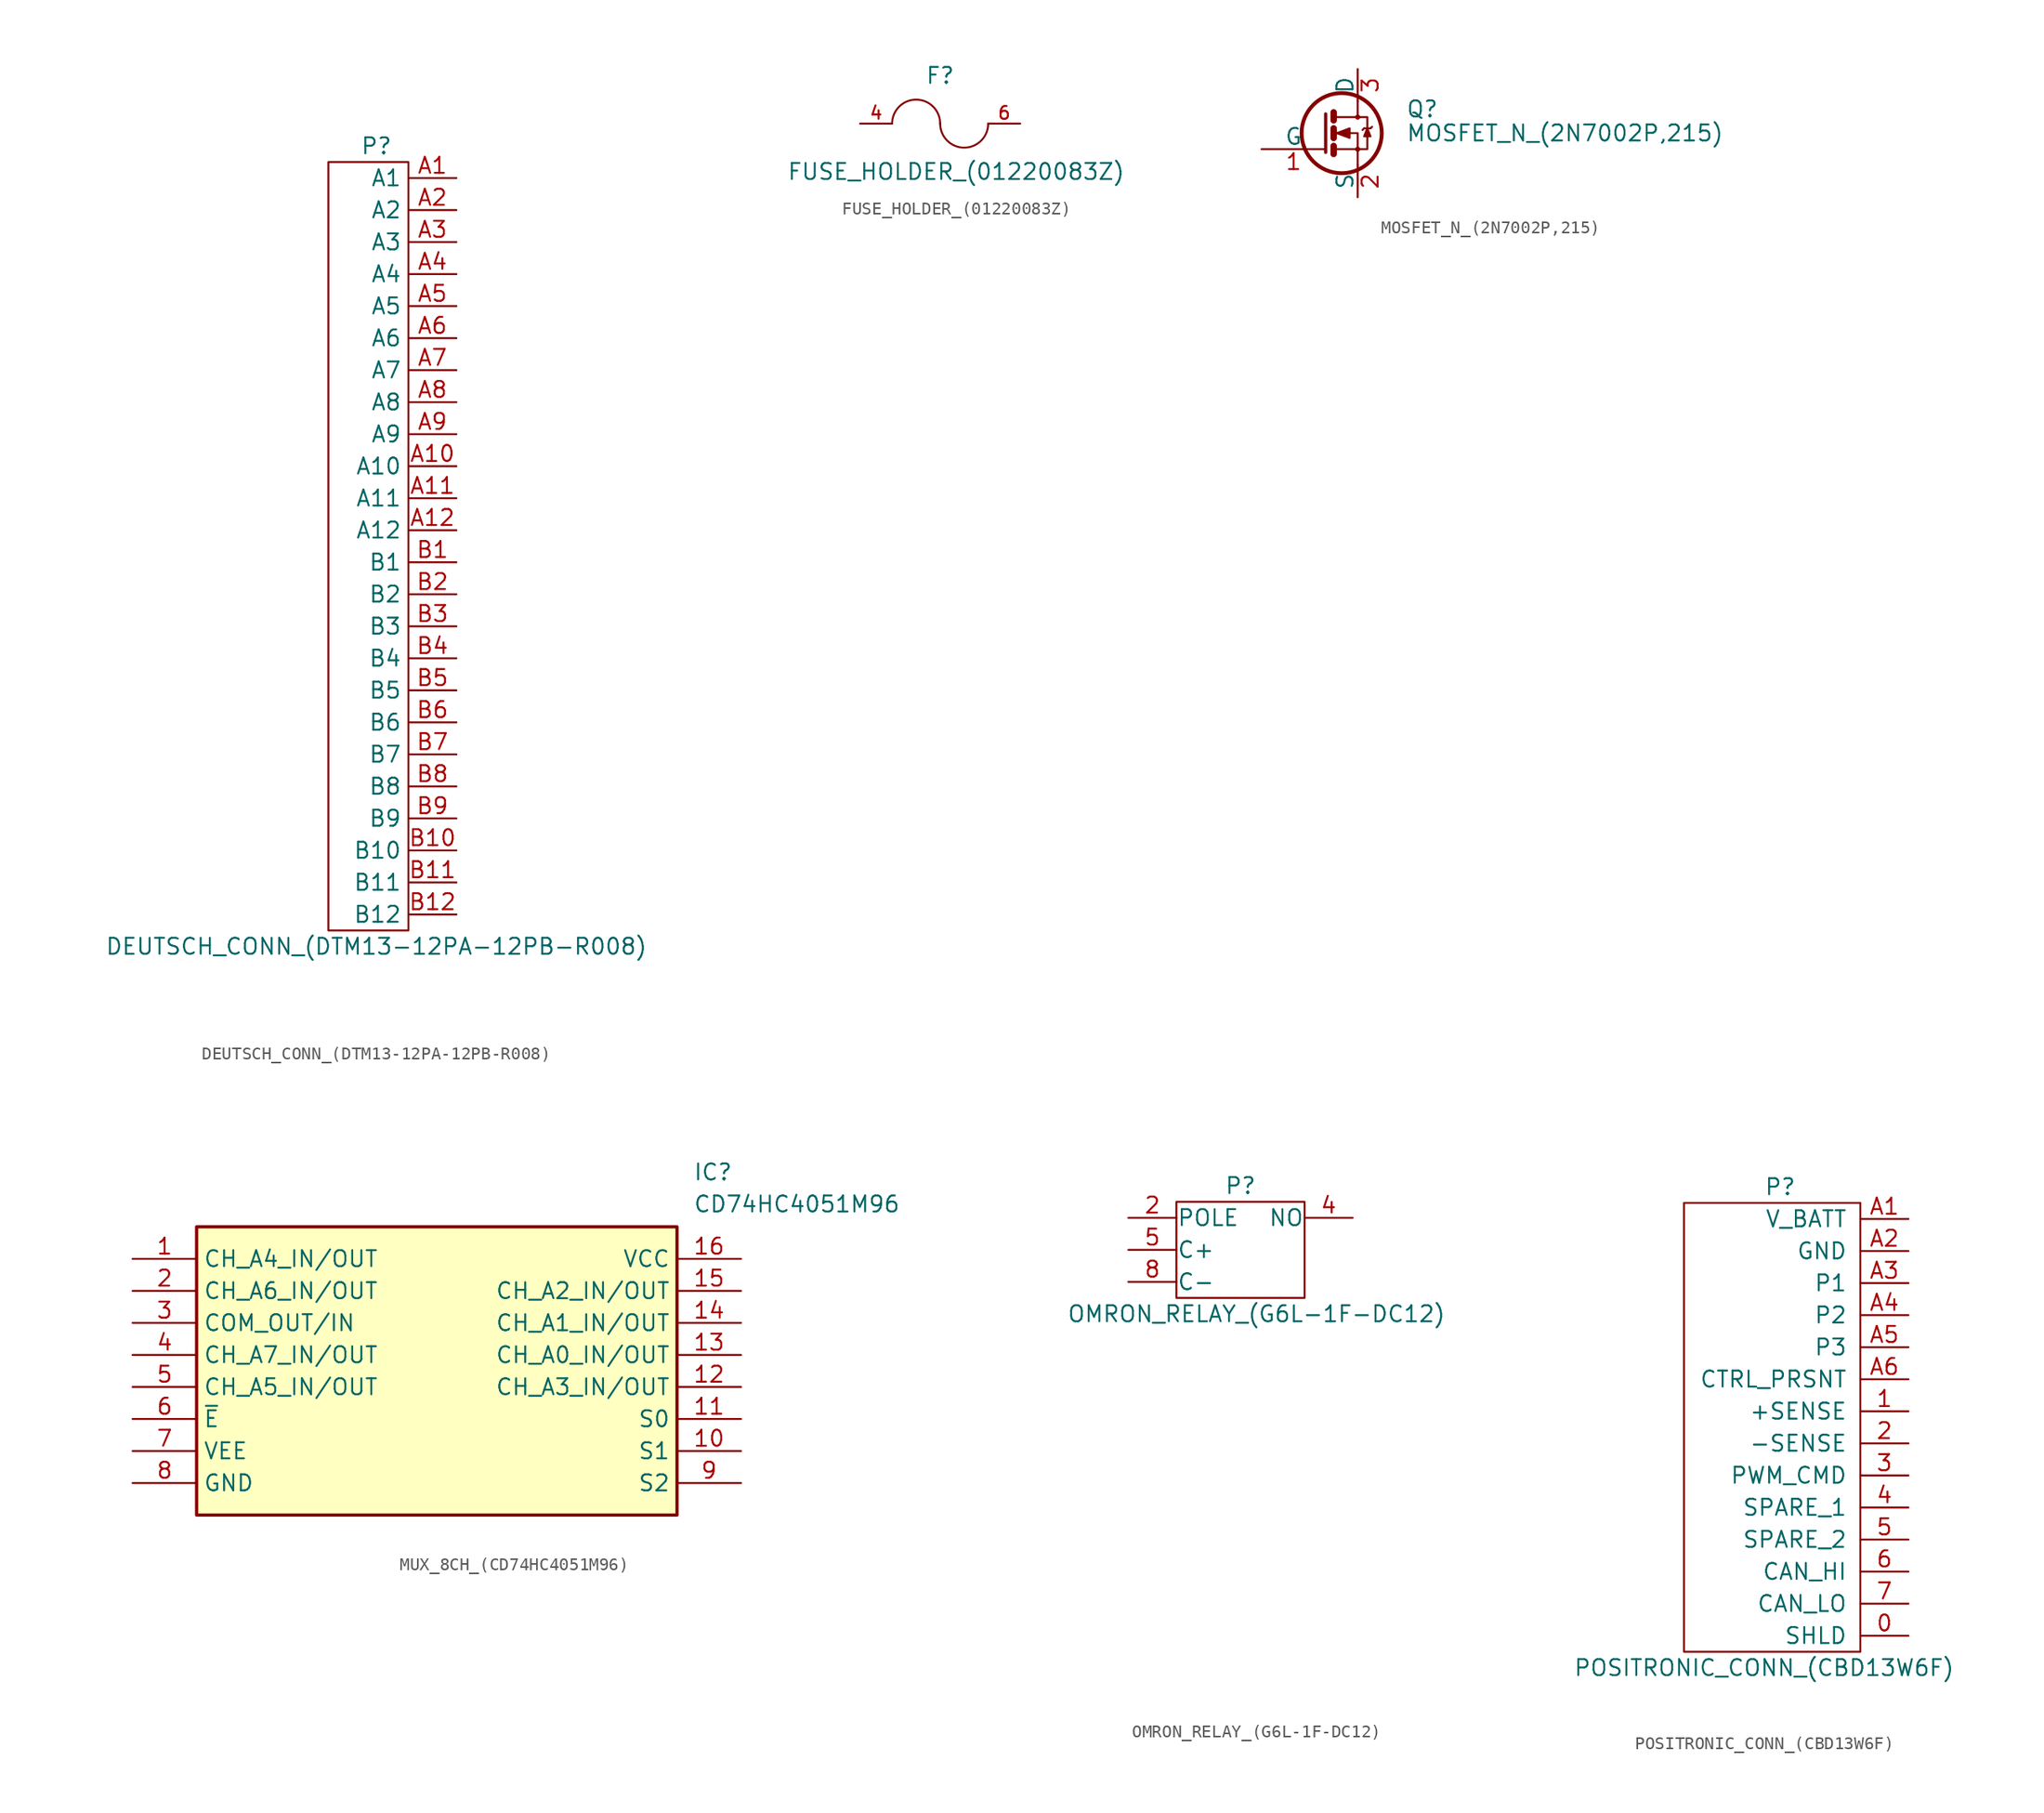
<source format=kicad_sym>
(kicad_symbol_lib
  (version 20220914)
  (generator kicad_symbol_editor)
  (symbol "DEUTSCH_CONN_(DTM13-12PA-12PB-R008)"
    (property "Reference" "P"
      (at 0 33.02 0)
      (effects (font (size 1.27 1.27))))
    (property "Value" "DEUTSCH_CONN_(DTM13-12PA-12PB-R008)"
      (at 0 -30.48 0)
      (effects (font (size 1.27 1.27))))
    (property "Datasheet" ""
      (at -1.27 -2.54 0)
      (effects (font (size 1.27 1.27))))
    (symbol "DEUTSCH_CONN_(DTM13-12PA-12PB-R008)_0_1"
      (rectangle (start -3.81 31.75) (end 2.54 -29.21) (stroke (width 0) (type solid)) (fill (type none))))
    (symbol "DEUTSCH_CONN_(DTM13-12PA-12PB-R008)_1_1"
      (pin passive line (at 6.35 30.48 180) (length 3.81) (name "A1" (effects (font (size 1.27 1.27)))) (number "A1" (effects (font (size 1.27 1.27)))))
      (pin passive line (at 6.35 7.62 180) (length 3.81) (name "A10" (effects (font (size 1.27 1.27)))) (number "A10" (effects (font (size 1.27 1.27)))))
      (pin passive line (at 6.35 5.08 180) (length 3.81) (name "A11" (effects (font (size 1.27 1.27)))) (number "A11" (effects (font (size 1.27 1.27)))))
      (pin passive line (at 6.35 2.54 180) (length 3.81) (name "A12" (effects (font (size 1.27 1.27)))) (number "A12" (effects (font (size 1.27 1.27)))))
      (pin passive line (at 6.35 27.94 180) (length 3.81) (name "A2" (effects (font (size 1.27 1.27)))) (number "A2" (effects (font (size 1.27 1.27)))))
      (pin passive line (at 6.35 25.4 180) (length 3.81) (name "A3" (effects (font (size 1.27 1.27)))) (number "A3" (effects (font (size 1.27 1.27)))))
      (pin passive line (at 6.35 22.86 180) (length 3.81) (name "A4" (effects (font (size 1.27 1.27)))) (number "A4" (effects (font (size 1.27 1.27)))))
      (pin passive line (at 6.35 20.32 180) (length 3.81) (name "A5" (effects (font (size 1.27 1.27)))) (number "A5" (effects (font (size 1.27 1.27)))))
      (pin passive line (at 6.35 17.78 180) (length 3.81) (name "A6" (effects (font (size 1.27 1.27)))) (number "A6" (effects (font (size 1.27 1.27)))))
      (pin passive line (at 6.35 15.24 180) (length 3.81) (name "A7" (effects (font (size 1.27 1.27)))) (number "A7" (effects (font (size 1.27 1.27)))))
      (pin passive line (at 6.35 12.7 180) (length 3.81) (name "A8" (effects (font (size 1.27 1.27)))) (number "A8" (effects (font (size 1.27 1.27)))))
      (pin passive line (at 6.35 10.16 180) (length 3.81) (name "A9" (effects (font (size 1.27 1.27)))) (number "A9" (effects (font (size 1.27 1.27)))))
      (pin passive line (at 6.35 0 180) (length 3.81) (name "B1" (effects (font (size 1.27 1.27)))) (number "B1" (effects (font (size 1.27 1.27)))))
      (pin passive line (at 6.35 -22.86 180) (length 3.81) (name "B10" (effects (font (size 1.27 1.27)))) (number "B10" (effects (font (size 1.27 1.27)))))
      (pin passive line (at 6.35 -25.4 180) (length 3.81) (name "B11" (effects (font (size 1.27 1.27)))) (number "B11" (effects (font (size 1.27 1.27)))))
      (pin passive line (at 6.35 -27.94 180) (length 3.81) (name "B12" (effects (font (size 1.27 1.27)))) (number "B12" (effects (font (size 1.27 1.27)))))
      (pin passive line (at 6.35 -2.54 180) (length 3.81) (name "B2" (effects (font (size 1.27 1.27)))) (number "B2" (effects (font (size 1.27 1.27)))))
      (pin passive line (at 6.35 -5.08 180) (length 3.81) (name "B3" (effects (font (size 1.27 1.27)))) (number "B3" (effects (font (size 1.27 1.27)))))
      (pin passive line (at 6.35 -7.62 180) (length 3.81) (name "B4" (effects (font (size 1.27 1.27)))) (number "B4" (effects (font (size 1.27 1.27)))))
      (pin passive line (at 6.35 -10.16 180) (length 3.81) (name "B5" (effects (font (size 1.27 1.27)))) (number "B5" (effects (font (size 1.27 1.27)))))
      (pin passive line (at 6.35 -12.7 180) (length 3.81) (name "B6" (effects (font (size 1.27 1.27)))) (number "B6" (effects (font (size 1.27 1.27)))))
      (pin passive line (at 6.35 -15.24 180) (length 3.81) (name "B7" (effects (font (size 1.27 1.27)))) (number "B7" (effects (font (size 1.27 1.27)))))
      (pin passive line (at 6.35 -17.78 180) (length 3.81) (name "B8" (effects (font (size 1.27 1.27)))) (number "B8" (effects (font (size 1.27 1.27)))))
      (pin passive line (at 6.35 -20.32 180) (length 3.81) (name "B9" (effects (font (size 1.27 1.27)))) (number "B9" (effects (font (size 1.27 1.27)))))))
  (symbol "FUSE_HOLDER_(01220083Z)"
    (pin_names
      (offset 0.254))
    (property "Reference" "F"
      (at 0 3.81 0)
      (effects (font (size 1.27 1.27))))
    (property "Value" "FUSE_HOLDER_(01220083Z)"
      (at 1.27 -3.81 0)
      (effects (font (size 1.27 1.27))))
    (symbol "FUSE_HOLDER_(01220083Z)_0_1"
      (arc (start 0 0) (mid -1.905 1.8967) (end -3.81 0) (stroke (width 0) (type solid)) (fill (type none)))
      (arc (start 0 0) (mid 1.905 -1.8967) (end 3.81 0) (stroke (width 0) (type solid)) (fill (type none))))
    (symbol "FUSE_HOLDER_(01220083Z)_1_1"
      (pin input line (at -6.35 0 0) (length 2.54) (name "~" (effects (font (size 1.016 1.016)))) (number "4" (effects (font (size 1.016 1.016)))))
      (pin input line (at -6.35 0 0) (length 2.54) hide (name "~" (effects (font (size 1.016 1.016)))) (number "5" (effects (font (size 1.016 1.016)))))
      (pin input line (at 6.35 0 180) (length 2.54) (name "~" (effects (font (size 1.016 1.016)))) (number "6" (effects (font (size 1.016 1.016)))))
      (pin input line (at 6.35 0 180) (length 2.54) hide (name "~" (effects (font (size 1.016 1.016)))) (number "7" (effects (font (size 1.016 1.016)))))))
  (symbol "MOSFET_N_(2N7002P,215)"
    (pin_names
      (offset 0))
    (property "Reference" "Q"
      (at 6.35 1.905 0)
      (effects (font (size 1.27 1.27)) (justify left)))
    (property "Value" "MOSFET_N_(2N7002P,215)"
      (at 6.35 0 0)
      (effects (font (size 1.27 1.27)) (justify left)))
    (property "Datasheet" ""
      (at 0 0 0)
      (effects (font (size 1.27 1.27)) (justify left)))
    (symbol "MOSFET_N_(2N7002P,215)_0_1"
      (polyline (pts (xy 0.635 -1.016) (xy 0.635 -1.651)) (stroke (width 0.508) (type solid)) (fill (type none)))
      (polyline (pts (xy 0.635 0.381) (xy 0.635 -0.381)) (stroke (width 0.508) (type solid)) (fill (type none)))
      (polyline (pts (xy 0.635 1.651) (xy 0.635 1.016)) (stroke (width 0.508) (type solid)) (fill (type none)))
      (polyline (pts (xy 3.048 0.381) (xy 2.921 0.254)) (stroke (width 0) (type solid)) (fill (type none)))
      (polyline (pts (xy 3.048 0.381) (xy 3.556 0.381)) (stroke (width 0) (type solid)) (fill (type none)))
      (polyline (pts (xy 3.556 0.381) (xy 3.683 0.508)) (stroke (width 0) (type solid)) (fill (type none)))
      (polyline (pts (xy 0 1.524) (xy 0 -1.524) (xy 0 -1.524)) (stroke (width 0.254) (type solid)) (fill (type none)))
      (polyline (pts (xy 0.762 -1.27) (xy 2.54 -1.27) (xy 2.54 -2.54) (xy 2.54 -2.54)) (stroke (width 0) (type solid)) (fill (type none)))
      (polyline (pts (xy 0.762 1.27) (xy 2.54 1.27) (xy 2.54 2.54) (xy 2.54 2.54)) (stroke (width 0) (type solid)) (fill (type none)))
      (polyline (pts (xy 2.54 1.27) (xy 3.302 1.27) (xy 3.302 -1.27) (xy 2.54 -1.27)) (stroke (width 0) (type solid)) (fill (type none)))
      (polyline (pts (xy 3.302 0.381) (xy 3.048 -0.254) (xy 3.556 -0.254) (xy 3.302 0.381)) (stroke (width 0) (type solid)) (fill (type outline)))
      (polyline (pts (xy 0.762 0) (xy 1.27 0) (xy 2.54 0) (xy 2.54 -1.27) (xy 2.54 -1.27)) (stroke (width 0) (type solid)) (fill (type none)))
      (polyline (pts (xy 0.889 0) (xy 1.905 0.381) (xy 1.905 -0.381) (xy 0.889 0) (xy 1.016 0) (xy 1.016 0)) (stroke (width 0) (type solid)) (fill (type outline)))
      (circle (center 1.27 0) (radius 3.175) (stroke (width 0.305) (type solid)) (fill (type none)))
      (circle (center 2.54 -1.27) (radius 0.127) (stroke (width 0) (type solid)) (fill (type none)))
      (circle (center 2.54 1.27) (radius 0.127) (stroke (width 0) (type solid)) (fill (type none))))
    (symbol "MOSFET_N_(2N7002P,215)_1_1"
      (pin input line (at -5.08 -1.27 0) (length 5.08) (name "G" (effects (font (size 1.27 1.27)))) (number "1" (effects (font (size 1.27 1.27)))))
      (pin passive line (at 2.54 -5.08 90) (length 2.54) (name "S" (effects (font (size 1.27 1.27)))) (number "2" (effects (font (size 1.27 1.27)))))
      (pin passive line (at 2.54 5.08 270) (length 2.54) (name "D" (effects (font (size 1.27 1.27)))) (number "3" (effects (font (size 1.27 1.27)))))))
  (symbol "MUX_8CH_(CD74HC4051M96)"
    (property "Reference" "IC"
      (at 44.45 7.62 0)
      (effects (font (size 1.27 1.27)) (justify left top)))
    (property "Value" "CD74HC4051M96"
      (at 44.45 5.08 0)
      (effects (font (size 1.27 1.27)) (justify left top)))
    (symbol "MUX_8CH_(CD74HC4051M96)_1_1"
      (rectangle (start 5.08 2.54) (end 43.18 -20.32) (stroke (width 0.254) (type default)) (fill (type background)))
      (pin passive line (at 0 0 0) (length 5.08) (name "CH_A4_IN/OUT" (effects (font (size 1.27 1.27)))) (number "1" (effects (font (size 1.27 1.27)))))
      (pin passive line (at 48.26 -15.24 180) (length 5.08) (name "S1" (effects (font (size 1.27 1.27)))) (number "10" (effects (font (size 1.27 1.27)))))
      (pin passive line (at 48.26 -12.7 180) (length 5.08) (name "S0" (effects (font (size 1.27 1.27)))) (number "11" (effects (font (size 1.27 1.27)))))
      (pin passive line (at 48.26 -10.16 180) (length 5.08) (name "CH_A3_IN/OUT" (effects (font (size 1.27 1.27)))) (number "12" (effects (font (size 1.27 1.27)))))
      (pin passive line (at 48.26 -7.62 180) (length 5.08) (name "CH_A0_IN/OUT" (effects (font (size 1.27 1.27)))) (number "13" (effects (font (size 1.27 1.27)))))
      (pin passive line (at 48.26 -5.08 180) (length 5.08) (name "CH_A1_IN/OUT" (effects (font (size 1.27 1.27)))) (number "14" (effects (font (size 1.27 1.27)))))
      (pin passive line (at 48.26 -2.54 180) (length 5.08) (name "CH_A2_IN/OUT" (effects (font (size 1.27 1.27)))) (number "15" (effects (font (size 1.27 1.27)))))
      (pin passive line (at 48.26 0 180) (length 5.08) (name "VCC" (effects (font (size 1.27 1.27)))) (number "16" (effects (font (size 1.27 1.27)))))
      (pin passive line (at 0 -2.54 0) (length 5.08) (name "CH_A6_IN/OUT" (effects (font (size 1.27 1.27)))) (number "2" (effects (font (size 1.27 1.27)))))
      (pin passive line (at 0 -5.08 0) (length 5.08) (name "COM_OUT/IN" (effects (font (size 1.27 1.27)))) (number "3" (effects (font (size 1.27 1.27)))))
      (pin passive line (at 0 -7.62 0) (length 5.08) (name "CH_A7_IN/OUT" (effects (font (size 1.27 1.27)))) (number "4" (effects (font (size 1.27 1.27)))))
      (pin passive line (at 0 -10.16 0) (length 5.08) (name "CH_A5_IN/OUT" (effects (font (size 1.27 1.27)))) (number "5" (effects (font (size 1.27 1.27)))))
      (pin passive line (at 0 -12.7 0) (length 5.08) (name "~{E}" (effects (font (size 1.27 1.27)))) (number "6" (effects (font (size 1.27 1.27)))))
      (pin passive line (at 0 -15.24 0) (length 5.08) (name "VEE" (effects (font (size 1.27 1.27)))) (number "7" (effects (font (size 1.27 1.27)))))
      (pin passive line (at 0 -17.78 0) (length 5.08) (name "GND" (effects (font (size 1.27 1.27)))) (number "8" (effects (font (size 1.27 1.27)))))
      (pin passive line (at 48.26 -17.78 180) (length 5.08) (name "S2" (effects (font (size 1.27 1.27)))) (number "9" (effects (font (size 1.27 1.27)))))))
  (symbol "OMRON_RELAY_(G6L-1F-DC12)"
    (pin_names
      (offset 0.025))
    (property "Reference" "P"
      (at 2.54 7.62 0)
      (effects (font (size 1.27 1.27))))
    (property "Value" "OMRON_RELAY_(G6L-1F-DC12)"
      (at 3.81 -2.54 0)
      (effects (font (size 1.27 1.27))))
    (property "Datasheet" ""
      (at 0 -30.48 0)
      (effects (font (size 1.27 1.27))))
    (symbol "OMRON_RELAY_(G6L-1F-DC12)_0_1"
      (rectangle (start -2.54 6.35) (end 7.62 -1.27) (stroke (width 0) (type solid)) (fill (type none))))
    (symbol "OMRON_RELAY_(G6L-1F-DC12)_1_1"
      (pin power_in line (at -6.35 5.08 0) (length 3.81) (name "POLE" (effects (font (size 1.27 1.27)))) (number "2" (effects (font (size 1.27 1.27)))))
      (pin output line (at 11.43 5.08 180) (length 3.81) (name "NO" (effects (font (size 1.27 1.27)))) (number "4" (effects (font (size 1.27 1.27)))))
      (pin power_in line (at -6.35 2.54 0) (length 3.81) (name "C+" (effects (font (size 1.27 1.27)))) (number "5" (effects (font (size 1.27 1.27)))))
      (pin input line (at -6.35 0 0) (length 3.81) (name "C-" (effects (font (size 1.27 1.27)))) (number "8" (effects (font (size 1.27 1.27)))))))
  (symbol "POSITRONIC_CONN_(CBD13W6F)"
    (pin_names
      (offset 1.016))
    (property "Reference" "P"
      (at -1.27 16.51 0)
      (effects (font (size 1.27 1.27))))
    (property "Value" "POSITRONIC_CONN_(CBD13W6F)"
      (at -2.54 -21.59 0)
      (effects (font (size 1.27 1.27))))
    (symbol "POSITRONIC_CONN_(CBD13W6F)_0_1"
      (rectangle (start 5.08 15.24) (end -8.89 -20.32) (stroke (width 0) (type solid)) (fill (type none))))
    (symbol "POSITRONIC_CONN_(CBD13W6F)_1_1"
      (pin input line (at 8.89 -19.05 180) (length 3.81) (name "SHLD" (effects (font (size 1.27 1.27)))) (number "0" (effects (font (size 1.27 1.27)))))
      (pin passive line (at 8.89 -1.27 180) (length 3.81) (name "+SENSE" (effects (font (size 1.27 1.27)))) (number "1" (effects (font (size 1.27 1.27)))))
      (pin passive line (at 8.89 -3.81 180) (length 3.81) (name "-SENSE" (effects (font (size 1.27 1.27)))) (number "2" (effects (font (size 1.27 1.27)))))
      (pin input line (at 8.89 -6.35 180) (length 3.81) (name "PWM_CMD" (effects (font (size 1.27 1.27)))) (number "3" (effects (font (size 1.27 1.27)))))
      (pin passive line (at 8.89 -8.89 180) (length 3.81) (name "SPARE_1" (effects (font (size 1.27 1.27)))) (number "4" (effects (font (size 1.27 1.27)))))
      (pin passive line (at 8.89 -11.43 180) (length 3.81) (name "SPARE_2" (effects (font (size 1.27 1.27)))) (number "5" (effects (font (size 1.27 1.27)))))
      (pin passive line (at 8.89 -13.97 180) (length 3.81) (name "CAN_HI" (effects (font (size 1.27 1.27)))) (number "6" (effects (font (size 1.27 1.27)))))
      (pin passive line (at 8.89 -16.51 180) (length 3.81) (name "CAN_LO" (effects (font (size 1.27 1.27)))) (number "7" (effects (font (size 1.27 1.27)))))
      (pin power_in line (at 8.89 13.97 180) (length 3.81) (name "V_BATT" (effects (font (size 1.27 1.27)))) (number "A1" (effects (font (size 1.27 1.27)))))
      (pin power_in line (at 8.89 11.43 180) (length 3.81) (name "GND" (effects (font (size 1.27 1.27)))) (number "A2" (effects (font (size 1.27 1.27)))))
      (pin power_out line (at 8.89 8.89 180) (length 3.81) (name "P1" (effects (font (size 1.27 1.27)))) (number "A3" (effects (font (size 1.27 1.27)))))
      (pin power_out line (at 8.89 6.35 180) (length 3.81) (name "P2" (effects (font (size 1.27 1.27)))) (number "A4" (effects (font (size 1.27 1.27)))))
      (pin power_out line (at 8.89 3.81 180) (length 3.81) (name "P3" (effects (font (size 1.27 1.27)))) (number "A5" (effects (font (size 1.27 1.27)))))
      (pin input line (at 8.89 1.27 180) (length 3.81) (name "CTRL_PRSNT" (effects (font (size 1.27 1.27)))) (number "A6" (effects (font (size 1.27 1.27))))))))
</source>
